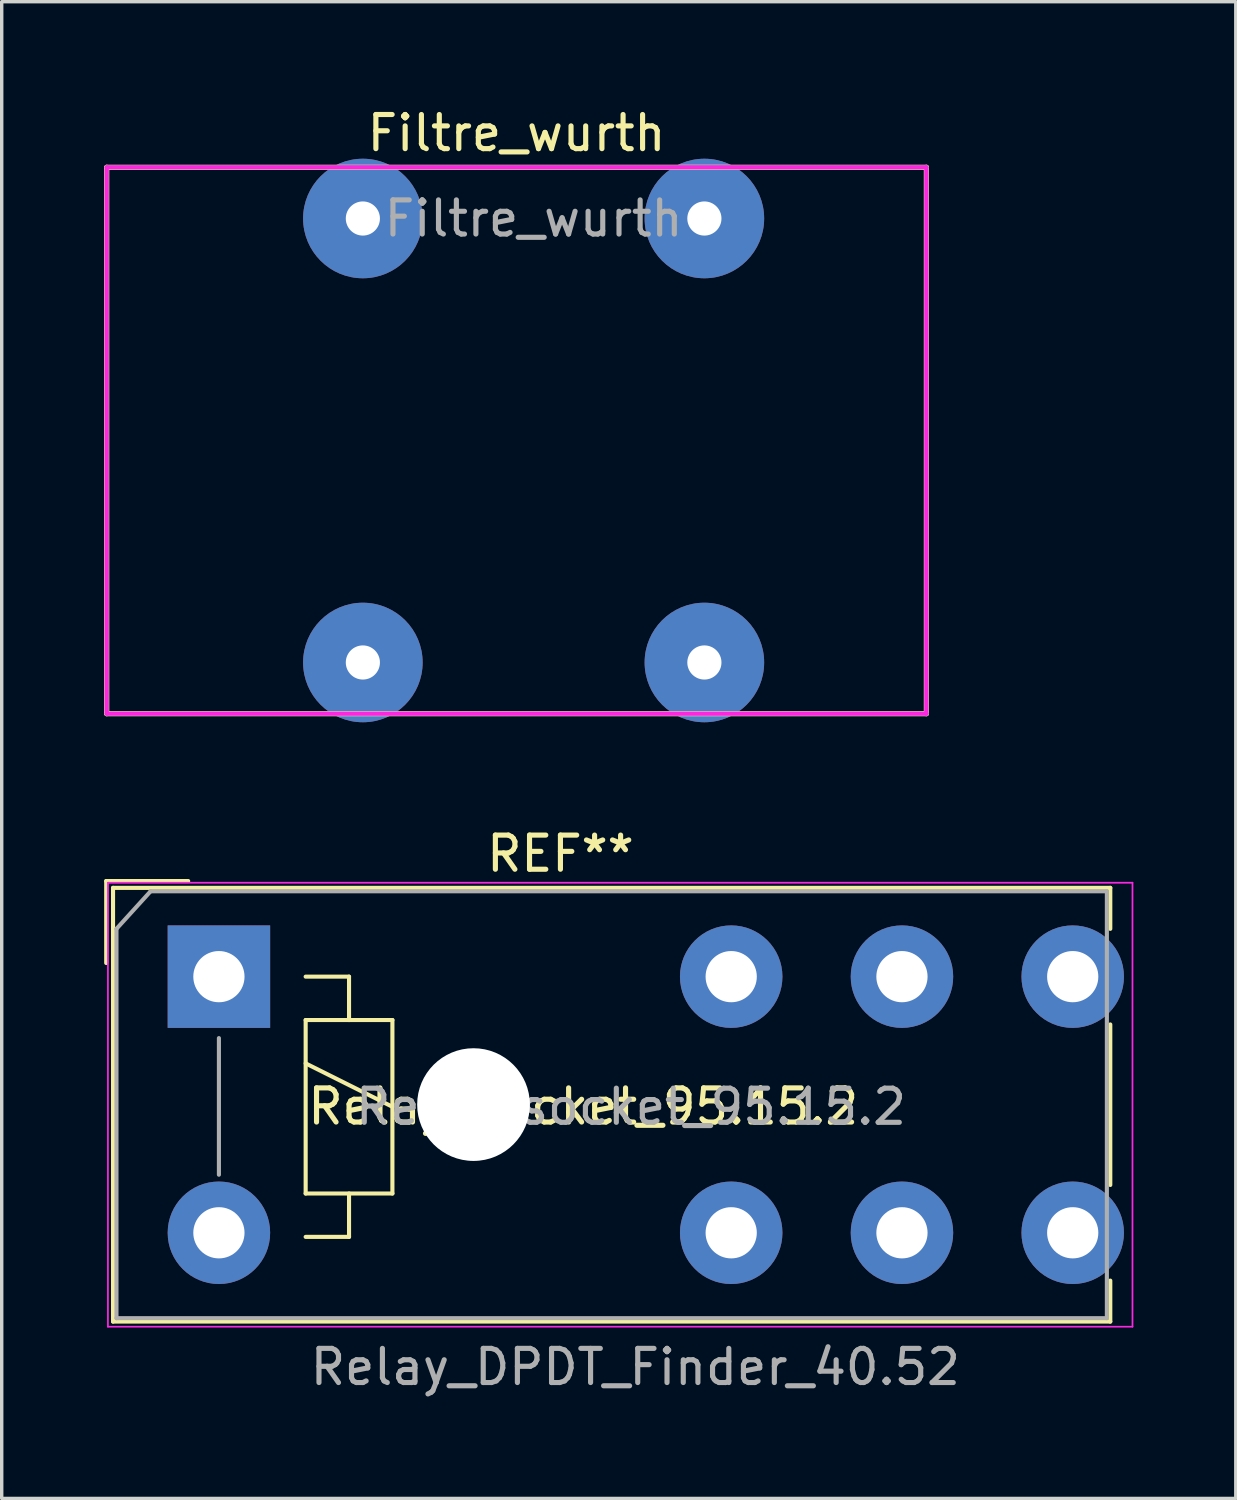
<source format=kicad_pcb>
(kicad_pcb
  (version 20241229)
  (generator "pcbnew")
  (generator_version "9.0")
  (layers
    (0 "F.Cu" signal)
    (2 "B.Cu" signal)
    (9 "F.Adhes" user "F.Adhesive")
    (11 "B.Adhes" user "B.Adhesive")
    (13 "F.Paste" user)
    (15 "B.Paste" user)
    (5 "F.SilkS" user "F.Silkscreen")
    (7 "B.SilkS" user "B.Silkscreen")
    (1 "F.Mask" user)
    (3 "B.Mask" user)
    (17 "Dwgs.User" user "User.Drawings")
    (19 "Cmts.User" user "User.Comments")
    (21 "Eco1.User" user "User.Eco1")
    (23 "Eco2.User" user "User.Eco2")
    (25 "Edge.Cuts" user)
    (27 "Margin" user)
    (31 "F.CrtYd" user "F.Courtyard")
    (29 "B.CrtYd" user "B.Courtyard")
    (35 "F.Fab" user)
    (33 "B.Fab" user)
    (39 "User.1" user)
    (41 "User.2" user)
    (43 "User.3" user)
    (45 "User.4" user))
  (footprint "Filtre_wurth"
    (layer "F.Cu")
    (at 5.575 5.348)
    (property "Reference" "Filtre_wurth" (at 6.5 -4.5 0) (layer "F.SilkS") (effects (font (size 1 1) (thickness 0.15))))
    (attr through_hole)
    (fp_line (start -5.5 -3.5) (end 18.5 -3.5) (stroke (width 0.15) (type solid)) (layer "F.SilkS"))
    (fp_line (start -5.5 12.5) (end -5.5 -3.5) (stroke (width 0.15) (type solid)) (layer "F.SilkS"))
    (fp_line (start 18.5 -3.5) (end 18.5 12.5) (stroke (width 0.15) (type solid)) (layer "F.SilkS"))
    (fp_line (start 18.5 12.5) (end -5.5 12.5) (stroke (width 0.15) (type solid)) (layer "F.SilkS"))
    (fp_line (start -5.5 -3.5) (end 18.5 -3.5) (stroke (width 0.12) (type solid)) (layer "F.CrtYd"))
    (fp_line (start -5.5 12.5) (end -5.5 -3.5) (stroke (width 0.12) (type solid)) (layer "F.CrtYd"))
    (fp_line (start 18.5 -3.5) (end 18.5 12.5) (stroke (width 0.12) (type solid)) (layer "F.CrtYd"))
    (fp_line (start 18.5 12.5) (end -5.5 12.5) (stroke (width 0.12) (type solid)) (layer "F.CrtYd"))
    (fp_line (start -5.5 -3.5) (end 18.5 -3.5) (stroke (width 0.12) (type solid)) (layer "F.Fab"))
    (fp_line (start -5.5 12.5) (end -5.5 -3.5) (stroke (width 0.12) (type solid)) (layer "F.Fab"))
    (fp_line (start 18.5 -3.5) (end 18.5 12.5) (stroke (width 0.12) (type solid)) (layer "F.Fab"))
    (fp_line (start 18.5 12.5) (end -5.5 12.5) (stroke (width 0.12) (type solid)) (layer "F.Fab"))
    (fp_text user "${REFERENCE}" (at 7 -2 0) (layer "F.Fab") (effects (font (size 1 1) (thickness 0.15))))
    (pad "1" thru_hole circle (at 2 -2) (size 3.5 3.5) (drill 1) (layers "*.Cu" "*.Mask"))
    (pad "2" thru_hole circle (at 2 11) (size 3.5 3.5) (drill 1) (layers "*.Cu" "*.Mask"))
    (pad "3" thru_hole circle (at 12 -2) (size 3.5 3.5) (drill 1) (layers "*.Cu" "*.Mask"))
    (pad "4" thru_hole circle (at 12 11) (size 3.5 3.5) (drill 1) (layers "*.Cu" "*.Mask")))
  (footprint "Relay_socket_95.15.2"
    (layer "F.Cu")
    (at 3.284 25.585)
    (property "Reference" "Relay_socket_95.15.2" (at 10.744 3.764 0) (layer "F.SilkS") (effects (font (size 1 1) (thickness 0.15))))
    (attr through_hole)
    (fp_line (start -3.224 -0.438) (end -3.224 -2.838) (stroke (width 0.12) (type solid)) (layer "F.SilkS"))
    (fp_line (start -3.024 -2.638) (end 26.176 -2.638) (stroke (width 0.12) (type solid)) (layer "F.SilkS"))
    (fp_line (start -3.024 10.062) (end -3.024 -2.638) (stroke (width 0.12) (type solid)) (layer "F.SilkS"))
    (fp_line (start -0.824 -2.838) (end -3.224 -2.838) (stroke (width 0.12) (type solid)) (layer "F.SilkS"))
    (fp_line (start 2.616 -0.038) (end 3.886 -0.038) (stroke (width 0.12) (type solid)) (layer "F.SilkS"))
    (fp_line (start 2.616 1.232) (end 3.886 1.232) (stroke (width 0.12) (type solid)) (layer "F.SilkS"))
    (fp_line (start 2.616 2.502) (end 5.156 3.772) (stroke (width 0.12) (type solid)) (layer "F.SilkS"))
    (fp_line (start 2.616 6.312) (end 2.616 1.232) (stroke (width 0.12) (type solid)) (layer "F.SilkS"))
    (fp_line (start 3.886 -0.038) (end 3.886 1.232) (stroke (width 0.12) (type solid)) (layer "F.SilkS"))
    (fp_line (start 3.886 1.232) (end 5.156 1.232) (stroke (width 0.12) (type solid)) (layer "F.SilkS"))
    (fp_line (start 3.886 6.312) (end 3.886 7.582) (stroke (width 0.12) (type solid)) (layer "F.SilkS"))
    (fp_line (start 3.886 7.582) (end 2.616 7.582) (stroke (width 0.12) (type solid)) (layer "F.SilkS"))
    (fp_line (start 5.156 1.232) (end 5.156 6.312) (stroke (width 0.12) (type solid)) (layer "F.SilkS"))
    (fp_line (start 5.156 6.312) (end 2.616 6.312) (stroke (width 0.12) (type solid)) (layer "F.SilkS"))
    (fp_line (start 26.176 -2.638) (end 26.176 -1.438) (stroke (width 0.12) (type solid)) (layer "F.SilkS"))
    (fp_line (start 26.176 1.362) (end 26.176 6.062) (stroke (width 0.12) (type solid)) (layer "F.SilkS"))
    (fp_line (start 26.176 8.862) (end 26.176 10.062) (stroke (width 0.12) (type solid)) (layer "F.SilkS"))
    (fp_line (start 26.176 10.062) (end -3.024 10.062) (stroke (width 0.12) (type solid)) (layer "F.SilkS"))
    (fp_line (start -3.174 -2.788) (end -3.174 10.212) (stroke (width 0.05) (type solid)) (layer "F.CrtYd"))
    (fp_line (start -3.174 -2.788) (end 26.826 -2.788) (stroke (width 0.05) (type solid)) (layer "F.CrtYd"))
    (fp_line (start 26.826 10.212) (end -3.174 10.212) (stroke (width 0.05) (type solid)) (layer "F.CrtYd"))
    (fp_line (start 26.826 10.212) (end 26.826 -2.788) (stroke (width 0.05) (type solid)) (layer "F.CrtYd"))
    (fp_line (start -2.924 -1.438) (end -2.924 9.962) (stroke (width 0.12) (type solid)) (layer "F.Fab"))
    (fp_line (start -2.924 9.962) (end 26.076 9.962) (stroke (width 0.12) (type solid)) (layer "F.Fab"))
    (fp_line (start -1.924 -2.538) (end -2.924 -1.438) (stroke (width 0.12) (type solid)) (layer "F.Fab"))
    (fp_line (start 0.076 1.762) (end 0.076 5.762) (stroke (width 0.12) (type solid)) (layer "F.Fab"))
    (fp_line (start 26.076 -2.538) (end -1.924 -2.538) (stroke (width 0.12) (type solid)) (layer "F.Fab"))
    (fp_line (start 26.076 9.962) (end 26.076 -2.538) (stroke (width 0.12) (type solid)) (layer "F.Fab"))
    (fp_text user "REF**" (at 10.076 -3.638 0) (layer "F.SilkS") (effects (font (size 1 1) (thickness 0.15))))
    (fp_text user "Relay_DPDT_Finder_40.52" (at 12.268 11.392 0) (layer "F.Fab") (effects (font (size 1 1) (thickness 0.15))))
    (fp_text user "${REFERENCE}" (at 12.141 3.772 0) (layer "F.Fab") (effects (font (size 1 1) (thickness 0.15))))
    (pad "" np_thru_hole circle (at 7.531 3.708) (size 3.3 3.3) (drill 3.3) (layers "*.Cu" "*.Mask"))
    (pad "11" thru_hole circle (at 20.076 -0.038) (size 3 3) (drill 1.5) (layers "*.Cu" "*.Mask"))
    (pad "12" thru_hole circle (at 15.076 -0.038) (size 3 3) (drill 1.5) (layers "*.Cu" "*.Mask"))
    (pad "14" thru_hole circle (at 25.076 -0.038) (size 3 3) (drill 1.5) (layers "*.Cu" "*.Mask"))
    (pad "21" thru_hole circle (at 20.076 7.462) (size 3 3) (drill 1.5) (layers "*.Cu" "*.Mask"))
    (pad "22" thru_hole circle (at 15.076 7.462) (size 3 3) (drill 1.5) (layers "*.Cu" "*.Mask"))
    (pad "24" thru_hole circle (at 25.076 7.462) (size 3 3) (drill 1.5) (layers "*.Cu" "*.Mask"))
    (pad "A1" thru_hole rect (at 0.076 -0.038) (size 3 3) (drill 1.5) (layers "*.Cu" "*.Mask"))
    (pad "A2" thru_hole circle (at 0.076 7.462) (size 3 3) (drill 1.5) (layers "*.Cu" "*.Mask")))
  (gr_rect
    (start -3 -3)
    (end 33.135 40.825)
    (stroke (width 0.1) (type default))
    (fill no)
    (layer "Edge.Cuts")))
</source>
